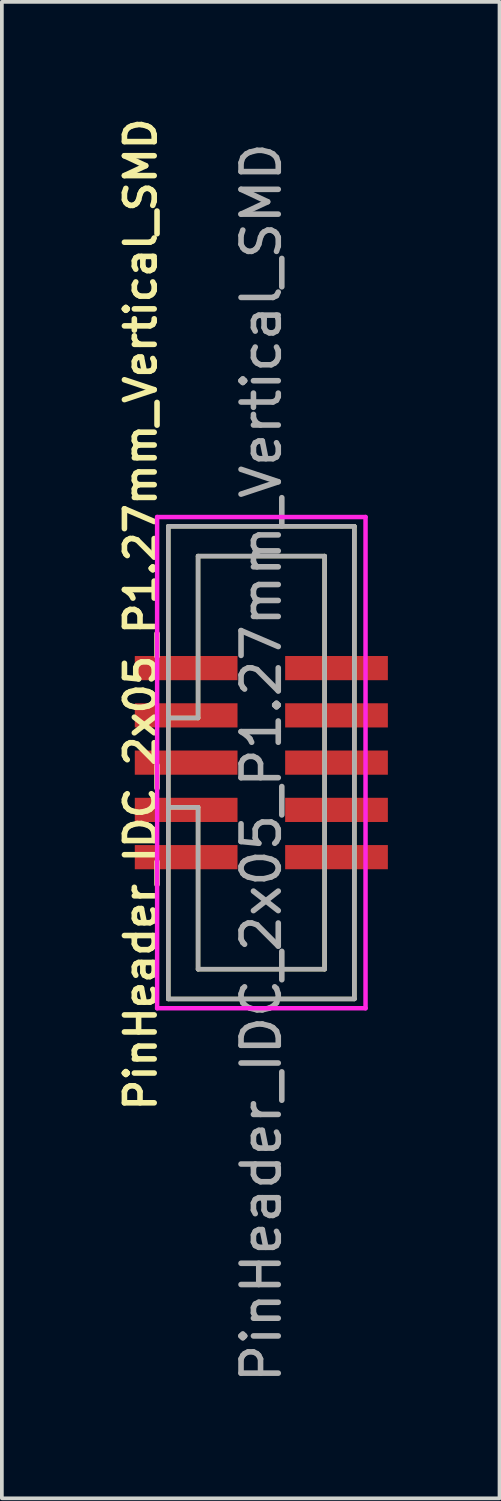
<source format=kicad_pcb>
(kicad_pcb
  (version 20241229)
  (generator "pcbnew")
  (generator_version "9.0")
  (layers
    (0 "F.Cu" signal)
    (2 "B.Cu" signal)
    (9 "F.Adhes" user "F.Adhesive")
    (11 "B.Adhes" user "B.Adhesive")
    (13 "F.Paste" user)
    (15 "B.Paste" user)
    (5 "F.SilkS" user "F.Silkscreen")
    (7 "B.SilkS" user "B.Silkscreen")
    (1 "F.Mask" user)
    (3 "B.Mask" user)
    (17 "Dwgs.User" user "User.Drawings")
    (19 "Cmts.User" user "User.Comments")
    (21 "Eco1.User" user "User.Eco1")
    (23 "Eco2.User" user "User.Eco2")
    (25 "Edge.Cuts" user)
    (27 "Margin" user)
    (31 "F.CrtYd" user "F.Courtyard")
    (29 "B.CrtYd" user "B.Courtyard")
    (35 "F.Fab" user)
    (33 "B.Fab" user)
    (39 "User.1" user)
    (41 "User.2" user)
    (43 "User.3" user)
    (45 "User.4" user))
  (footprint "PinHeader_IDC_2x05_P1.27mm_Vertical_SMD"
    (layer "F.Cu")
    (at 3.972 17.442)
    (property "Reference" "PinHeader_IDC_2x05_P1.27mm_Vertical_SMD" (at -3.241 -3.983 270) (layer "F.SilkS") (effects (font (size 0.8 0.8) (thickness 0.15))))
    (attr smd)
    (fp_line (start -2.5 -6.35) (end -2.5 6.35) (stroke (width 0.12) (type solid)) (layer "F.SilkS"))
    (fp_line (start -2.5 -6.35) (end 2.5 -6.35) (stroke (width 0.12) (type solid)) (layer "F.SilkS"))
    (fp_line (start -2.5 -1.2) (end -1.7 -1.2) (stroke (width 0.12) (type solid)) (layer "F.SilkS"))
    (fp_line (start -2.5 1.2) (end -1.7 1.2) (stroke (width 0.12) (type solid)) (layer "F.SilkS"))
    (fp_line (start -2.5 6.35) (end 2.5 6.35) (stroke (width 0.12) (type solid)) (layer "F.SilkS"))
    (fp_line (start -1.7 -5.55) (end -1.7 -1.2) (stroke (width 0.12) (type solid)) (layer "F.SilkS"))
    (fp_line (start -1.7 -5.55) (end 1.7 -5.55) (stroke (width 0.12) (type solid)) (layer "F.SilkS"))
    (fp_line (start -1.7 1.2) (end -1.7 5.55) (stroke (width 0.12) (type solid)) (layer "F.SilkS"))
    (fp_line (start -1.7 5.55) (end 1.7 5.55) (stroke (width 0.12) (type solid)) (layer "F.SilkS"))
    (fp_line (start 1.7 -5.55) (end 1.7 5.55) (stroke (width 0.12) (type solid)) (layer "F.SilkS"))
    (fp_line (start 2.5 -6.35) (end 2.5 6.35) (stroke (width 0.12) (type solid)) (layer "F.SilkS"))
    (fp_line (start -2.8 -6.6) (end -2.8 6.6) (stroke (width 0.12) (type solid)) (layer "F.CrtYd"))
    (fp_line (start -2.8 6.6) (end 2.8 6.6) (stroke (width 0.12) (type solid)) (layer "F.CrtYd"))
    (fp_line (start 2.8 -6.6) (end -2.8 -6.6) (stroke (width 0.12) (type solid)) (layer "F.CrtYd"))
    (fp_line (start 2.8 6.6) (end 2.8 -6.6) (stroke (width 0.12) (type solid)) (layer "F.CrtYd"))
    (fp_line (start -2.5 -6.35) (end -2.5 6.35) (stroke (width 0.12) (type solid)) (layer "F.Fab"))
    (fp_line (start -2.5 -6.35) (end 2.5 -6.35) (stroke (width 0.12) (type solid)) (layer "F.Fab"))
    (fp_line (start -2.5 -1.2) (end -1.7 -1.2) (stroke (width 0.12) (type solid)) (layer "F.Fab"))
    (fp_line (start -2.5 1.2) (end -1.7 1.2) (stroke (width 0.12) (type solid)) (layer "F.Fab"))
    (fp_line (start -2.5 6.35) (end 2.5 6.35) (stroke (width 0.12) (type solid)) (layer "F.Fab"))
    (fp_line (start -1.7 -5.55) (end -1.7 -1.2) (stroke (width 0.12) (type solid)) (layer "F.Fab"))
    (fp_line (start -1.7 -5.55) (end 1.7 -5.55) (stroke (width 0.12) (type solid)) (layer "F.Fab"))
    (fp_line (start -1.7 1.2) (end -1.7 5.55) (stroke (width 0.12) (type solid)) (layer "F.Fab"))
    (fp_line (start -1.7 5.55) (end 1.7 5.55) (stroke (width 0.12) (type solid)) (layer "F.Fab"))
    (fp_line (start 1.7 -5.55) (end 1.7 5.55) (stroke (width 0.12) (type solid)) (layer "F.Fab"))
    (fp_line (start 2.5 -6.35) (end 2.5 6.35) (stroke (width 0.12) (type solid)) (layer "F.Fab"))
    (fp_text user "${REFERENCE}" (at 0 0 270) (layer "F.Fab") (effects (font (size 1 1) (thickness 0.15))))
    (pad "1" smd rect (at -2.02 -2.54) (size 2.76 0.65) (layers "F.Cu" "F.Mask" "F.Paste"))
    (pad "2" smd rect (at 2.02 -2.54) (size 2.76 0.65) (layers "F.Cu" "F.Mask" "F.Paste"))
    (pad "3" smd rect (at -2.02 -1.27) (size 2.76 0.65) (layers "F.Cu" "F.Mask" "F.Paste"))
    (pad "4" smd rect (at 2.02 -1.27) (size 2.76 0.65) (layers "F.Cu" "F.Mask" "F.Paste"))
    (pad "5" smd rect (at -2.02 0) (size 2.76 0.65) (layers "F.Cu" "F.Mask" "F.Paste"))
    (pad "6" smd rect (at 2.02 0) (size 2.76 0.65) (layers "F.Cu" "F.Mask" "F.Paste"))
    (pad "7" smd rect (at -2.02 1.27) (size 2.76 0.65) (layers "F.Cu" "F.Mask" "F.Paste"))
    (pad "8" smd rect (at 2.02 1.27) (size 2.76 0.65) (layers "F.Cu" "F.Mask" "F.Paste"))
    (pad "9" smd rect (at -2.02 2.54) (size 2.76 0.65) (layers "F.Cu" "F.Mask" "F.Paste"))
    (pad "10" smd rect (at 2.02 2.54) (size 2.76 0.65) (layers "F.Cu" "F.Mask" "F.Paste")))
  (gr_rect
    (start -3 -3)
    (end 10.372 37.21)
    (stroke (width 0.1) (type default))
    (fill no)
    (layer "Edge.Cuts")))
</source>
